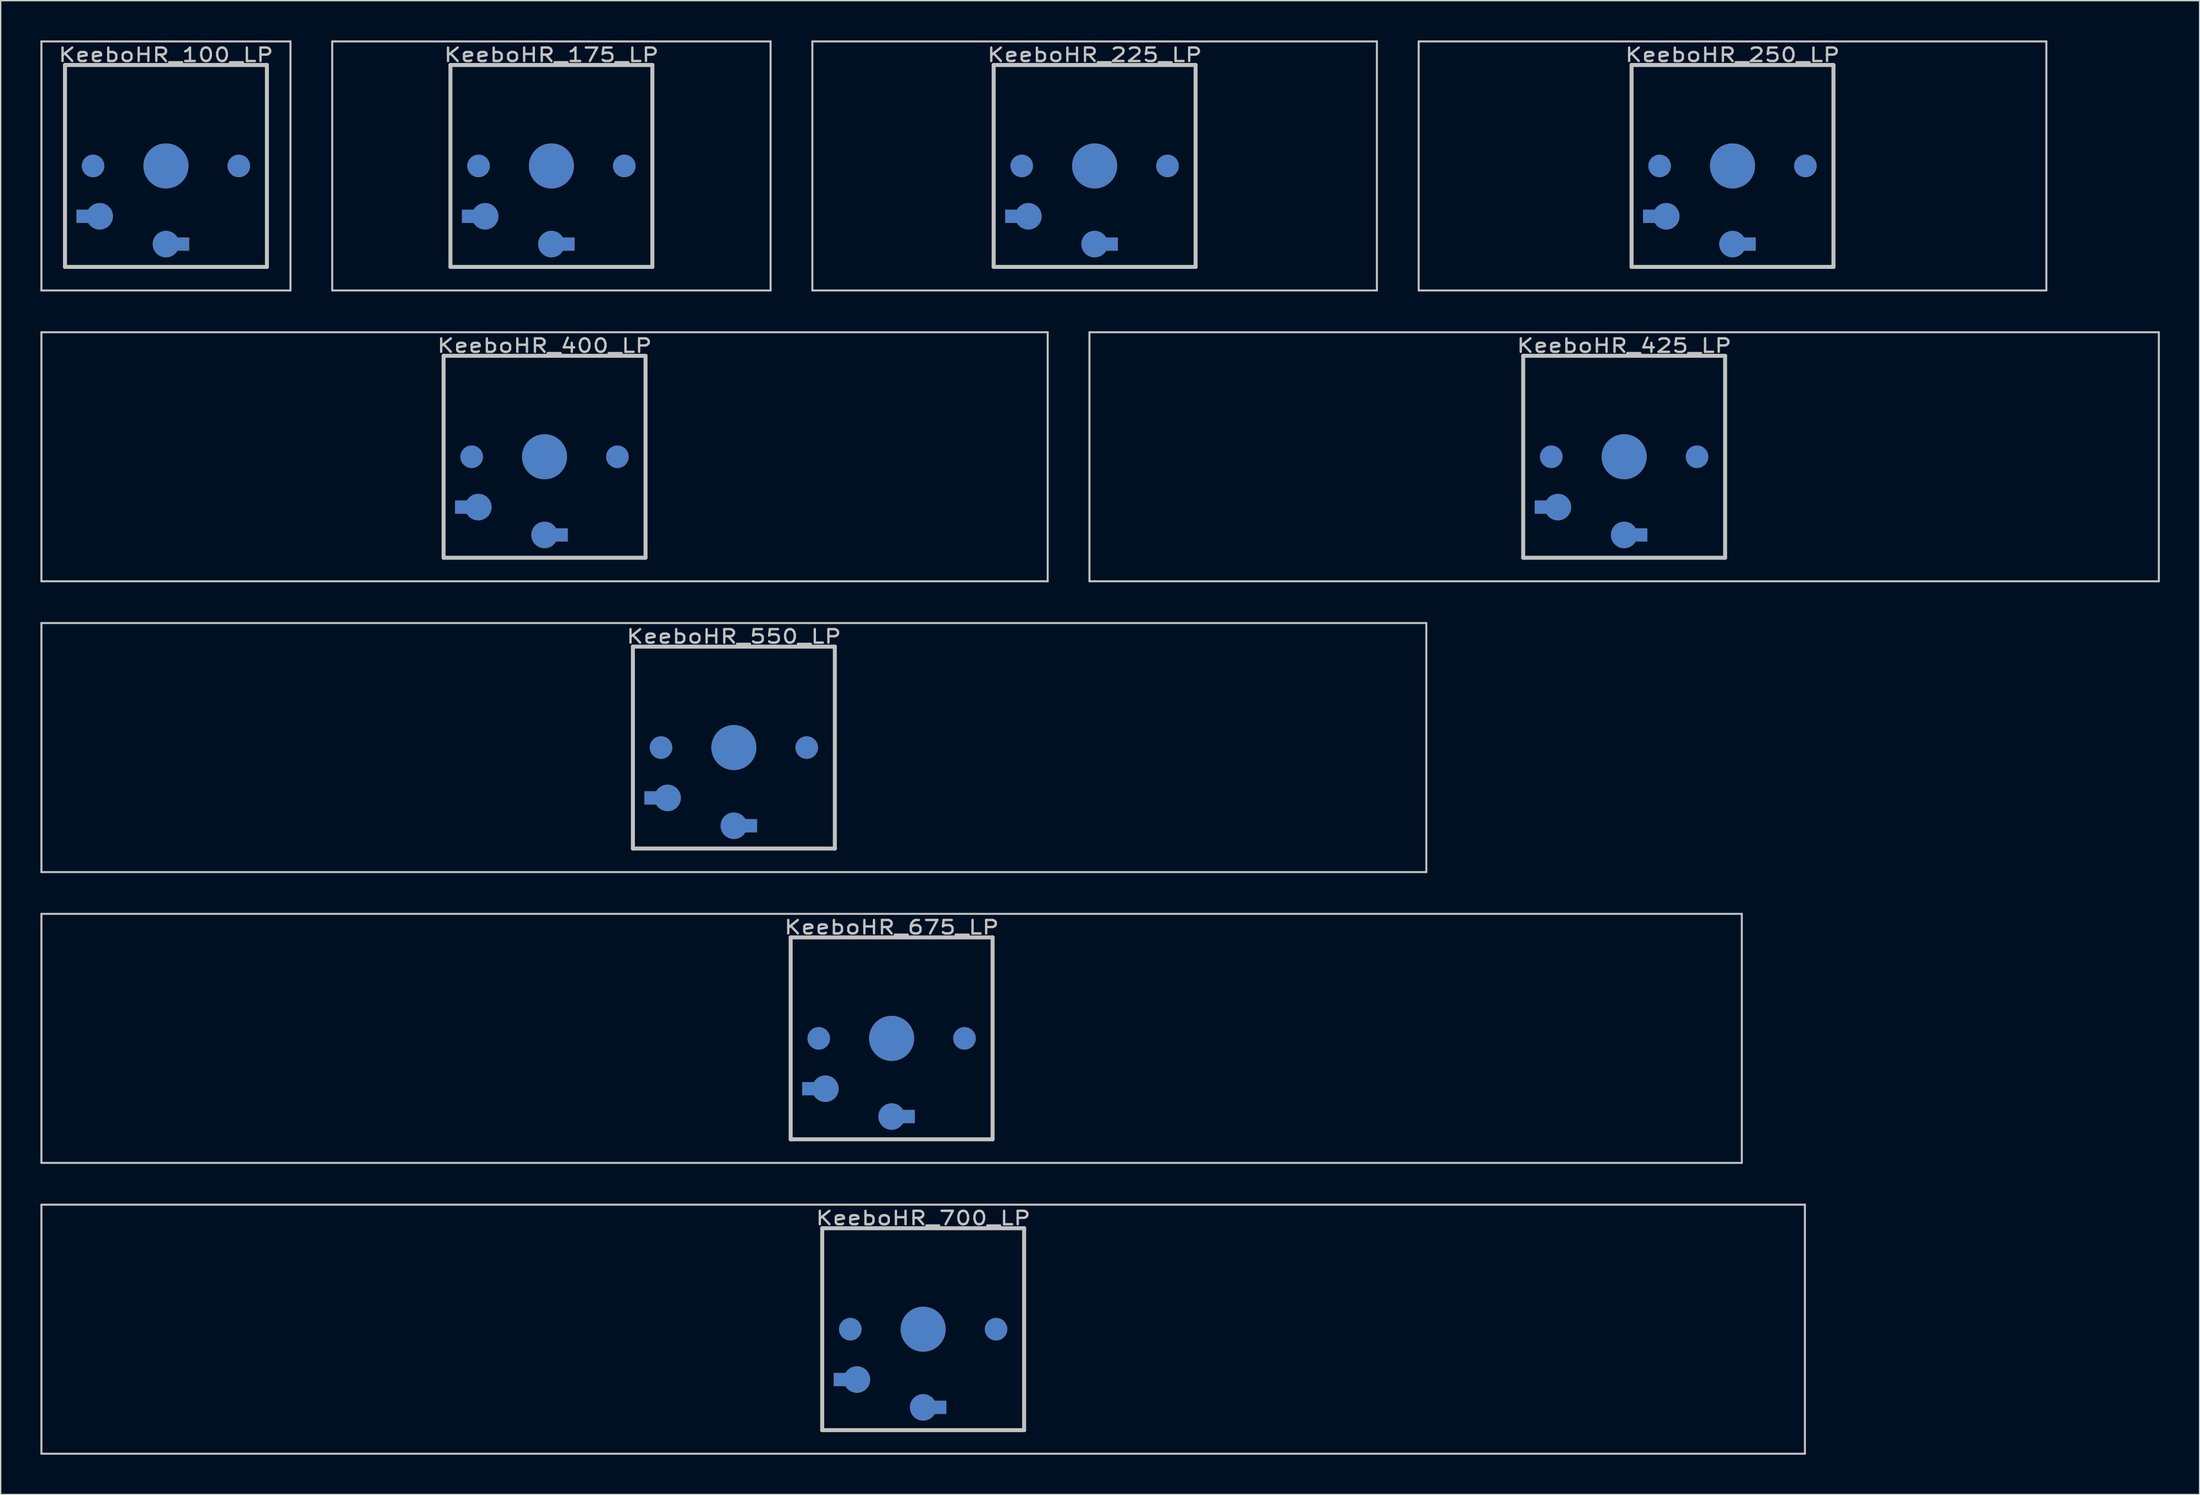
<source format=kicad_pcb>
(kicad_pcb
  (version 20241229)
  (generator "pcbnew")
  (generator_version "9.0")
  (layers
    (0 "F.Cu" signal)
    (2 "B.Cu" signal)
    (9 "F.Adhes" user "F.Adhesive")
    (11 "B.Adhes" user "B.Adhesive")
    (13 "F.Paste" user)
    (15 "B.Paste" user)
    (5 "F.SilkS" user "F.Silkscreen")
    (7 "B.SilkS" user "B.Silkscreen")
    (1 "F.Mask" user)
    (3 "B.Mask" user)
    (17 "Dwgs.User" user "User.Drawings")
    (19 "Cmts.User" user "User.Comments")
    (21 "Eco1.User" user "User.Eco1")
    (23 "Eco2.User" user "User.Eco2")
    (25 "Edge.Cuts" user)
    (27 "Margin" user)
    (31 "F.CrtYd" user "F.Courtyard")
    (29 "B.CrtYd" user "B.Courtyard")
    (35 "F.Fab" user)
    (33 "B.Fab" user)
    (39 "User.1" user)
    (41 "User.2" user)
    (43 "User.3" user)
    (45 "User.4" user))
  (footprint "KeeboHR_250_LP"
    (layer "F.Cu")
    (at 127.707 9.474)
    (property "Reference" "KeeboHR_250_LP" (at 0 -8.382 0) (layer "Dwgs.User") (effects (font (size 1.016 1.27) (thickness 0.178))))
    (attr through_hole)
    (fp_line (start -23.686 -9.398) (end 23.686 -9.398) (stroke (width 0.152) (type solid)) (layer "Dwgs.User"))
    (fp_line (start -23.686 9.398) (end -23.686 -9.398) (stroke (width 0.152) (type solid)) (layer "Dwgs.User"))
    (fp_line (start -7.62 -7.62) (end 7.62 -7.62) (stroke (width 0.3) (type solid)) (layer "Dwgs.User"))
    (fp_line (start -7.62 7.62) (end -7.62 -7.62) (stroke (width 0.3) (type solid)) (layer "Dwgs.User"))
    (fp_line (start 7.62 -7.62) (end 7.62 7.62) (stroke (width 0.3) (type solid)) (layer "Dwgs.User"))
    (fp_line (start 7.62 7.62) (end -7.62 7.62) (stroke (width 0.3) (type solid)) (layer "Dwgs.User"))
    (fp_line (start 23.686 -9.398) (end 23.686 9.398) (stroke (width 0.152) (type solid)) (layer "Dwgs.User"))
    (fp_line (start 23.686 9.398) (end -23.686 9.398) (stroke (width 0.152) (type solid)) (layer "Dwgs.User"))
    (pad "" smd circle (at -5.5 0) (size 1.7 1.7) (layers "*.Cu" "*.Mask"))
    (pad "" smd circle (at 0 0) (size 3.4 3.4) (layers "*.Cu" "*.Mask"))
    (pad "" smd circle (at 5.5 0) (size 1.7 1.7) (layers "*.Cu" "*.Mask"))
    (pad "1" smd circle (at 0 5.9) (size 2 2) (layers "*.Cu" "*.Mask"))
    (pad "1" smd rect (at 1.25 5.9) (size 1 1) (layers "*.Cu" "*.Mask"))
    (pad "2" smd rect (at -6.25 3.8) (size 1 1) (layers "*.Cu" "*.Mask"))
    (pad "2" smd circle (at -5 3.8) (size 2 2) (layers "*.Cu" "*.Mask")))
  (footprint "KeeboHR_100_LP"
    (layer "F.Cu")
    (at 9.474 9.474)
    (property "Reference" "KeeboHR_100_LP" (at 0 -8.382 0) (layer "Dwgs.User") (effects (font (size 1.016 1.27) (thickness 0.178))))
    (attr through_hole)
    (fp_line (start -9.398 -9.398) (end 9.398 -9.398) (stroke (width 0.152) (type solid)) (layer "Dwgs.User"))
    (fp_line (start -9.398 9.398) (end -9.398 -9.398) (stroke (width 0.152) (type solid)) (layer "Dwgs.User"))
    (fp_line (start -7.62 -7.62) (end 7.62 -7.62) (stroke (width 0.3) (type solid)) (layer "Dwgs.User"))
    (fp_line (start -7.62 7.62) (end -7.62 -7.62) (stroke (width 0.3) (type solid)) (layer "Dwgs.User"))
    (fp_line (start 7.62 -7.62) (end 7.62 7.62) (stroke (width 0.3) (type solid)) (layer "Dwgs.User"))
    (fp_line (start 7.62 7.62) (end -7.62 7.62) (stroke (width 0.3) (type solid)) (layer "Dwgs.User"))
    (fp_line (start 9.398 -9.398) (end 9.398 9.398) (stroke (width 0.152) (type solid)) (layer "Dwgs.User"))
    (fp_line (start 9.398 9.398) (end -9.398 9.398) (stroke (width 0.152) (type solid)) (layer "Dwgs.User"))
    (pad "" smd circle (at -5.5 0) (size 1.7 1.7) (layers "*.Cu" "*.Mask"))
    (pad "" smd circle (at 0 0) (size 3.4 3.4) (layers "*.Cu" "*.Mask"))
    (pad "" smd circle (at 5.5 0) (size 1.7 1.7) (layers "*.Cu" "*.Mask"))
    (pad "1" smd circle (at 0 5.9) (size 2 2) (layers "*.Cu" "*.Mask"))
    (pad "1" smd rect (at 1.25 5.9) (size 1 1) (layers "*.Cu" "*.Mask"))
    (pad "2" smd rect (at -6.25 3.8) (size 1 1) (layers "*.Cu" "*.Mask"))
    (pad "2" smd circle (at -5 3.8) (size 2 2) (layers "*.Cu" "*.Mask")))
  (footprint "KeeboHR_675_LP"
    (layer "F.Cu")
    (at 64.243 75.319)
    (property "Reference" "KeeboHR_675_LP" (at 0 -8.382 0) (layer "Dwgs.User") (effects (font (size 1.016 1.27) (thickness 0.178))))
    (attr through_hole)
    (fp_line (start -64.167 -9.398) (end 64.167 -9.398) (stroke (width 0.152) (type solid)) (layer "Dwgs.User"))
    (fp_line (start -64.167 9.398) (end -64.167 -9.398) (stroke (width 0.152) (type solid)) (layer "Dwgs.User"))
    (fp_line (start -7.62 -7.62) (end 7.62 -7.62) (stroke (width 0.3) (type solid)) (layer "Dwgs.User"))
    (fp_line (start -7.62 7.62) (end -7.62 -7.62) (stroke (width 0.3) (type solid)) (layer "Dwgs.User"))
    (fp_line (start 7.62 -7.62) (end 7.62 7.62) (stroke (width 0.3) (type solid)) (layer "Dwgs.User"))
    (fp_line (start 7.62 7.62) (end -7.62 7.62) (stroke (width 0.3) (type solid)) (layer "Dwgs.User"))
    (fp_line (start 64.167 -9.398) (end 64.167 9.398) (stroke (width 0.152) (type solid)) (layer "Dwgs.User"))
    (fp_line (start 64.167 9.398) (end -64.167 9.398) (stroke (width 0.152) (type solid)) (layer "Dwgs.User"))
    (pad "" smd circle (at -5.5 0) (size 1.7 1.7) (layers "*.Cu" "*.Mask"))
    (pad "" smd circle (at 0 0) (size 3.4 3.4) (layers "*.Cu" "*.Mask"))
    (pad "" smd circle (at 5.5 0) (size 1.7 1.7) (layers "*.Cu" "*.Mask"))
    (pad "1" smd circle (at 0 5.9) (size 2 2) (layers "*.Cu" "*.Mask"))
    (pad "1" smd rect (at 1.25 5.9) (size 1 1) (layers "*.Cu" "*.Mask"))
    (pad "2" smd rect (at -6.25 3.8) (size 1 1) (layers "*.Cu" "*.Mask"))
    (pad "2" smd circle (at -5 3.8) (size 2 2) (layers "*.Cu" "*.Mask")))
  (footprint "KeeboHR_425_LP"
    (layer "F.Cu")
    (at 119.529 31.423)
    (property "Reference" "KeeboHR_425_LP" (at 0 -8.382 0) (layer "Dwgs.User") (effects (font (size 1.016 1.27) (thickness 0.178))))
    (attr through_hole)
    (fp_line (start -40.354 -9.398) (end 40.354 -9.398) (stroke (width 0.152) (type solid)) (layer "Dwgs.User"))
    (fp_line (start -40.354 9.398) (end -40.354 -9.398) (stroke (width 0.152) (type solid)) (layer "Dwgs.User"))
    (fp_line (start -7.62 -7.62) (end 7.62 -7.62) (stroke (width 0.3) (type solid)) (layer "Dwgs.User"))
    (fp_line (start -7.62 7.62) (end -7.62 -7.62) (stroke (width 0.3) (type solid)) (layer "Dwgs.User"))
    (fp_line (start 7.62 -7.62) (end 7.62 7.62) (stroke (width 0.3) (type solid)) (layer "Dwgs.User"))
    (fp_line (start 7.62 7.62) (end -7.62 7.62) (stroke (width 0.3) (type solid)) (layer "Dwgs.User"))
    (fp_line (start 40.354 -9.398) (end 40.354 9.398) (stroke (width 0.152) (type solid)) (layer "Dwgs.User"))
    (fp_line (start 40.354 9.398) (end -40.354 9.398) (stroke (width 0.152) (type solid)) (layer "Dwgs.User"))
    (pad "" smd circle (at -5.5 0) (size 1.7 1.7) (layers "*.Cu" "*.Mask"))
    (pad "" smd circle (at 0 0) (size 3.4 3.4) (layers "*.Cu" "*.Mask"))
    (pad "" smd circle (at 5.5 0) (size 1.7 1.7) (layers "*.Cu" "*.Mask"))
    (pad "1" smd circle (at 0 5.9) (size 2 2) (layers "*.Cu" "*.Mask"))
    (pad "1" smd rect (at 1.25 5.9) (size 1 1) (layers "*.Cu" "*.Mask"))
    (pad "2" smd rect (at -6.25 3.8) (size 1 1) (layers "*.Cu" "*.Mask"))
    (pad "2" smd circle (at -5 3.8) (size 2 2) (layers "*.Cu" "*.Mask")))
  (footprint "KeeboHR_400_LP"
    (layer "F.Cu")
    (at 38.049 31.423)
    (property "Reference" "KeeboHR_400_LP" (at 0 -8.382 0) (layer "Dwgs.User") (effects (font (size 1.016 1.27) (thickness 0.178))))
    (attr through_hole)
    (fp_line (start -37.973 -9.398) (end 37.973 -9.398) (stroke (width 0.152) (type solid)) (layer "Dwgs.User"))
    (fp_line (start -37.973 9.398) (end -37.973 -9.398) (stroke (width 0.152) (type solid)) (layer "Dwgs.User"))
    (fp_line (start -7.62 -7.62) (end 7.62 -7.62) (stroke (width 0.3) (type solid)) (layer "Dwgs.User"))
    (fp_line (start -7.62 7.62) (end -7.62 -7.62) (stroke (width 0.3) (type solid)) (layer "Dwgs.User"))
    (fp_line (start 7.62 -7.62) (end 7.62 7.62) (stroke (width 0.3) (type solid)) (layer "Dwgs.User"))
    (fp_line (start 7.62 7.62) (end -7.62 7.62) (stroke (width 0.3) (type solid)) (layer "Dwgs.User"))
    (fp_line (start 37.973 -9.398) (end 37.973 9.398) (stroke (width 0.152) (type solid)) (layer "Dwgs.User"))
    (fp_line (start 37.973 9.398) (end -37.973 9.398) (stroke (width 0.152) (type solid)) (layer "Dwgs.User"))
    (pad "" smd circle (at -5.5 0) (size 1.7 1.7) (layers "*.Cu" "*.Mask"))
    (pad "" smd circle (at 0 0) (size 3.4 3.4) (layers "*.Cu" "*.Mask"))
    (pad "" smd circle (at 5.5 0) (size 1.7 1.7) (layers "*.Cu" "*.Mask"))
    (pad "1" smd circle (at 0 5.9) (size 2 2) (layers "*.Cu" "*.Mask"))
    (pad "1" smd rect (at 1.25 5.9) (size 1 1) (layers "*.Cu" "*.Mask"))
    (pad "2" smd rect (at -6.25 3.8) (size 1 1) (layers "*.Cu" "*.Mask"))
    (pad "2" smd circle (at -5 3.8) (size 2 2) (layers "*.Cu" "*.Mask")))
  (footprint "KeeboHR_550_LP"
    (layer "F.Cu")
    (at 52.337 53.371)
    (property "Reference" "KeeboHR_550_LP" (at 0 -8.382 0) (layer "Dwgs.User") (effects (font (size 1.016 1.27) (thickness 0.178))))
    (attr through_hole)
    (fp_line (start -52.261 -9.398) (end 52.261 -9.398) (stroke (width 0.152) (type solid)) (layer "Dwgs.User"))
    (fp_line (start -52.261 9.398) (end -52.261 -9.398) (stroke (width 0.152) (type solid)) (layer "Dwgs.User"))
    (fp_line (start -7.62 -7.62) (end 7.62 -7.62) (stroke (width 0.3) (type solid)) (layer "Dwgs.User"))
    (fp_line (start -7.62 7.62) (end -7.62 -7.62) (stroke (width 0.3) (type solid)) (layer "Dwgs.User"))
    (fp_line (start 7.62 -7.62) (end 7.62 7.62) (stroke (width 0.3) (type solid)) (layer "Dwgs.User"))
    (fp_line (start 7.62 7.62) (end -7.62 7.62) (stroke (width 0.3) (type solid)) (layer "Dwgs.User"))
    (fp_line (start 52.261 -9.398) (end 52.261 9.398) (stroke (width 0.152) (type solid)) (layer "Dwgs.User"))
    (fp_line (start 52.261 9.398) (end -52.261 9.398) (stroke (width 0.152) (type solid)) (layer "Dwgs.User"))
    (pad "" smd circle (at -5.5 0) (size 1.7 1.7) (layers "*.Cu" "*.Mask"))
    (pad "" smd circle (at 0 0) (size 3.4 3.4) (layers "*.Cu" "*.Mask"))
    (pad "" smd circle (at 5.5 0) (size 1.7 1.7) (layers "*.Cu" "*.Mask"))
    (pad "1" smd circle (at 0 5.9) (size 2 2) (layers "*.Cu" "*.Mask"))
    (pad "1" smd rect (at 1.25 5.9) (size 1 1) (layers "*.Cu" "*.Mask"))
    (pad "2" smd rect (at -6.25 3.8) (size 1 1) (layers "*.Cu" "*.Mask"))
    (pad "2" smd circle (at -5 3.8) (size 2 2) (layers "*.Cu" "*.Mask")))
  (footprint "KeeboHR_175_LP"
    (layer "F.Cu")
    (at 38.566 9.474)
    (property "Reference" "KeeboHR_175_LP" (at 0 -8.382 0) (layer "Dwgs.User") (effects (font (size 1.016 1.27) (thickness 0.178))))
    (attr through_hole)
    (fp_line (start -16.542 -9.398) (end 16.542 -9.398) (stroke (width 0.152) (type solid)) (layer "Dwgs.User"))
    (fp_line (start -16.542 9.398) (end -16.542 -9.398) (stroke (width 0.152) (type solid)) (layer "Dwgs.User"))
    (fp_line (start -7.62 -7.62) (end 7.62 -7.62) (stroke (width 0.3) (type solid)) (layer "Dwgs.User"))
    (fp_line (start -7.62 7.62) (end -7.62 -7.62) (stroke (width 0.3) (type solid)) (layer "Dwgs.User"))
    (fp_line (start 7.62 -7.62) (end 7.62 7.62) (stroke (width 0.3) (type solid)) (layer "Dwgs.User"))
    (fp_line (start 7.62 7.62) (end -7.62 7.62) (stroke (width 0.3) (type solid)) (layer "Dwgs.User"))
    (fp_line (start 16.542 -9.398) (end 16.542 9.398) (stroke (width 0.152) (type solid)) (layer "Dwgs.User"))
    (fp_line (start 16.542 9.398) (end -16.542 9.398) (stroke (width 0.152) (type solid)) (layer "Dwgs.User"))
    (pad "" smd circle (at -5.5 0) (size 1.7 1.7) (layers "*.Cu" "*.Mask"))
    (pad "" smd circle (at 0 0) (size 3.4 3.4) (layers "*.Cu" "*.Mask"))
    (pad "" smd circle (at 5.5 0) (size 1.7 1.7) (layers "*.Cu" "*.Mask"))
    (pad "1" smd circle (at 0 5.9) (size 2 2) (layers "*.Cu" "*.Mask"))
    (pad "1" smd rect (at 1.25 5.9) (size 1 1) (layers "*.Cu" "*.Mask"))
    (pad "2" smd rect (at -6.25 3.8) (size 1 1) (layers "*.Cu" "*.Mask"))
    (pad "2" smd circle (at -5 3.8) (size 2 2) (layers "*.Cu" "*.Mask")))
  (footprint "KeeboHR_225_LP"
    (layer "F.Cu")
    (at 79.565 9.474)
    (property "Reference" "KeeboHR_225_LP" (at 0 -8.382 0) (layer "Dwgs.User") (effects (font (size 1.016 1.27) (thickness 0.178))))
    (attr through_hole)
    (fp_line (start -21.304 -9.398) (end 21.304 -9.398) (stroke (width 0.152) (type solid)) (layer "Dwgs.User"))
    (fp_line (start -21.304 9.398) (end -21.304 -9.398) (stroke (width 0.152) (type solid)) (layer "Dwgs.User"))
    (fp_line (start -7.62 -7.62) (end 7.62 -7.62) (stroke (width 0.3) (type solid)) (layer "Dwgs.User"))
    (fp_line (start -7.62 7.62) (end -7.62 -7.62) (stroke (width 0.3) (type solid)) (layer "Dwgs.User"))
    (fp_line (start 7.62 -7.62) (end 7.62 7.62) (stroke (width 0.3) (type solid)) (layer "Dwgs.User"))
    (fp_line (start 7.62 7.62) (end -7.62 7.62) (stroke (width 0.3) (type solid)) (layer "Dwgs.User"))
    (fp_line (start 21.304 -9.398) (end 21.304 9.398) (stroke (width 0.152) (type solid)) (layer "Dwgs.User"))
    (fp_line (start 21.304 9.398) (end -21.304 9.398) (stroke (width 0.152) (type solid)) (layer "Dwgs.User"))
    (pad "" smd circle (at -5.5 0) (size 1.7 1.7) (layers "*.Cu" "*.Mask"))
    (pad "" smd circle (at 0 0) (size 3.4 3.4) (layers "*.Cu" "*.Mask"))
    (pad "" smd circle (at 5.5 0) (size 1.7 1.7) (layers "*.Cu" "*.Mask"))
    (pad "1" smd circle (at 0 5.9) (size 2 2) (layers "*.Cu" "*.Mask"))
    (pad "1" smd rect (at 1.25 5.9) (size 1 1) (layers "*.Cu" "*.Mask"))
    (pad "2" smd rect (at -6.25 3.8) (size 1 1) (layers "*.Cu" "*.Mask"))
    (pad "2" smd circle (at -5 3.8) (size 2 2) (layers "*.Cu" "*.Mask")))
  (footprint "KeeboHR_700_LP"
    (layer "F.Cu")
    (at 66.624 97.268)
    (property "Reference" "KeeboHR_700_LP" (at 0 -8.382 0) (layer "Dwgs.User") (effects (font (size 1.016 1.27) (thickness 0.178))))
    (attr through_hole)
    (fp_line (start -66.548 -9.398) (end 66.548 -9.398) (stroke (width 0.152) (type solid)) (layer "Dwgs.User"))
    (fp_line (start -66.548 9.398) (end -66.548 -9.398) (stroke (width 0.152) (type solid)) (layer "Dwgs.User"))
    (fp_line (start -7.62 -7.62) (end 7.62 -7.62) (stroke (width 0.3) (type solid)) (layer "Dwgs.User"))
    (fp_line (start -7.62 7.62) (end -7.62 -7.62) (stroke (width 0.3) (type solid)) (layer "Dwgs.User"))
    (fp_line (start 7.62 -7.62) (end 7.62 7.62) (stroke (width 0.3) (type solid)) (layer "Dwgs.User"))
    (fp_line (start 7.62 7.62) (end -7.62 7.62) (stroke (width 0.3) (type solid)) (layer "Dwgs.User"))
    (fp_line (start 66.548 -9.398) (end 66.548 9.398) (stroke (width 0.152) (type solid)) (layer "Dwgs.User"))
    (fp_line (start 66.548 9.398) (end -66.548 9.398) (stroke (width 0.152) (type solid)) (layer "Dwgs.User"))
    (pad "" smd circle (at -5.5 0) (size 1.7 1.7) (layers "*.Cu" "*.Mask"))
    (pad "" smd circle (at 0 0) (size 3.4 3.4) (layers "*.Cu" "*.Mask"))
    (pad "" smd circle (at 5.5 0) (size 1.7 1.7) (layers "*.Cu" "*.Mask"))
    (pad "1" smd circle (at 0 5.9) (size 2 2) (layers "*.Cu" "*.Mask"))
    (pad "1" smd rect (at 1.25 5.9) (size 1 1) (layers "*.Cu" "*.Mask"))
    (pad "2" smd rect (at -6.25 3.8) (size 1 1) (layers "*.Cu" "*.Mask"))
    (pad "2" smd circle (at -5 3.8) (size 2 2) (layers "*.Cu" "*.Mask")))
  (gr_rect
    (start -3 -3)
    (end 162.959 109.742)
    (stroke (width 0.1) (type default))
    (fill no)
    (layer "Edge.Cuts")))
</source>
